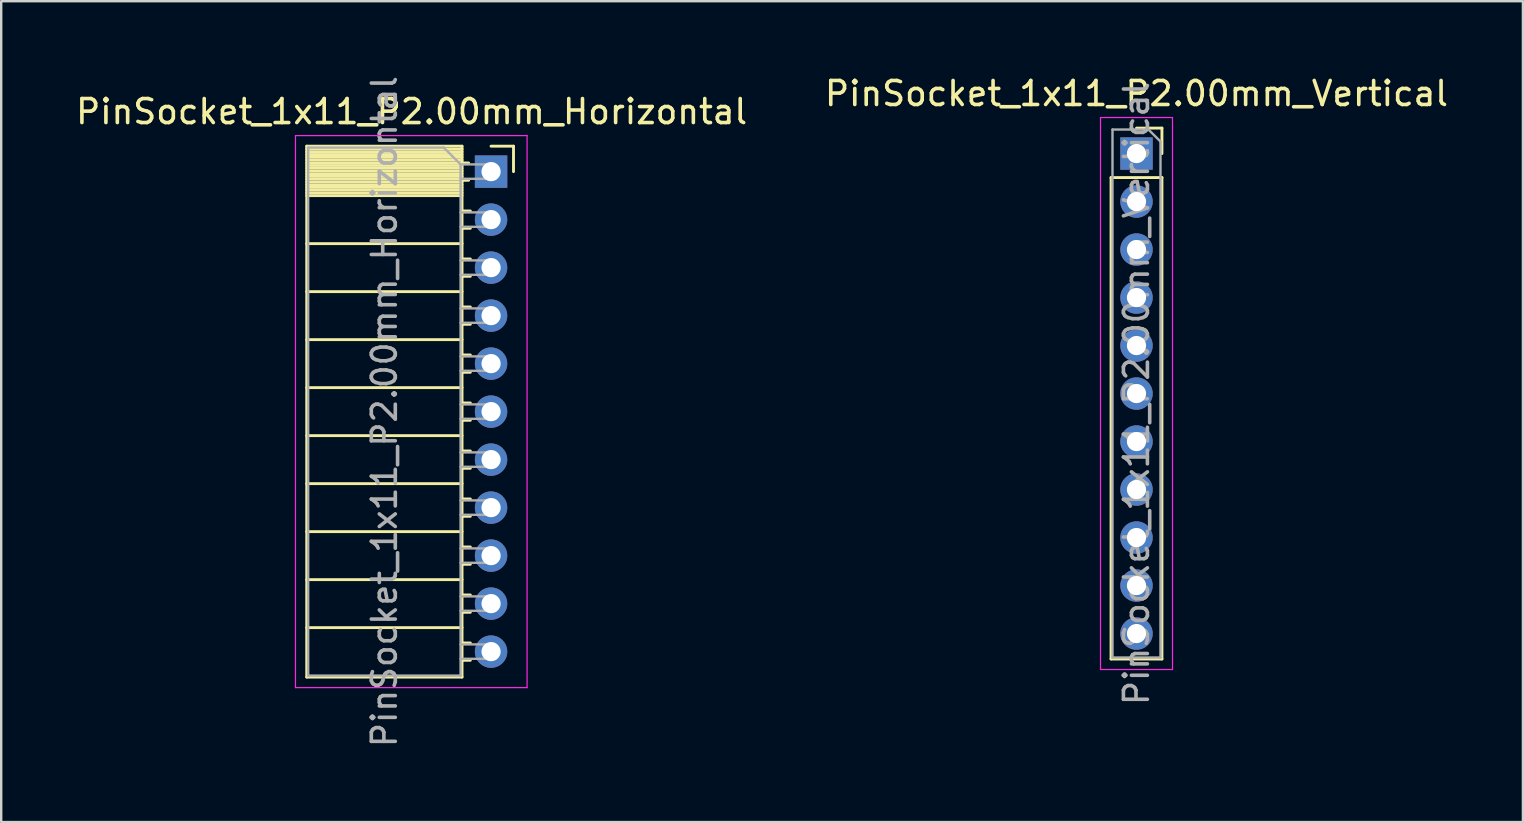
<source format=kicad_pcb>
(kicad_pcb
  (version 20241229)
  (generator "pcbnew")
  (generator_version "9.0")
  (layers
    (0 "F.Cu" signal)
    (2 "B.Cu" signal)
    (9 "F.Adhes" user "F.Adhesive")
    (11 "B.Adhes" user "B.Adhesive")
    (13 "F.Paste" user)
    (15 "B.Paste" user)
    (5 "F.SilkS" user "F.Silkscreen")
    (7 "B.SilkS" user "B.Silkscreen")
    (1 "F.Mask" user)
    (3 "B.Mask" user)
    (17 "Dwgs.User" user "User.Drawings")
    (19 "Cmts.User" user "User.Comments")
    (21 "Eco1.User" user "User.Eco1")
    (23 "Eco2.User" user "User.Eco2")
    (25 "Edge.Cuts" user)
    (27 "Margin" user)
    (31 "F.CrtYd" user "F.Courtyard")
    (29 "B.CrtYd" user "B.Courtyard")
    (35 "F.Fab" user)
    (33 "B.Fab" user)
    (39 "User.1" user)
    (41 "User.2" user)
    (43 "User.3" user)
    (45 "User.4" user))
  (footprint "PinSocket_1x11_P2.00mm_Horizontal"
    (layer "F.Cu")
    (at 17.411 4.101)
    (property "Reference" "PinSocket_1x11_P2.00mm_Horizontal" (at -3.31 -2.5 0) (layer "F.SilkS") (effects (font (size 1 1) (thickness 0.15))))
    (attr through_hole)
    (fp_line (start -7.68 -1.06) (end -7.68 21.06) (stroke (width 0.12) (type solid)) (layer "F.SilkS"))
    (fp_line (start -7.68 -1.06) (end -1.21 -1.06) (stroke (width 0.12) (type solid)) (layer "F.SilkS"))
    (fp_line (start -7.68 -0.94) (end -1.21 -0.94) (stroke (width 0.12) (type solid)) (layer "F.SilkS"))
    (fp_line (start -7.68 -0.826) (end -1.21 -0.826) (stroke (width 0.12) (type solid)) (layer "F.SilkS"))
    (fp_line (start -7.68 -0.712) (end -1.21 -0.712) (stroke (width 0.12) (type solid)) (layer "F.SilkS"))
    (fp_line (start -7.68 -0.598) (end -1.21 -0.598) (stroke (width 0.12) (type solid)) (layer "F.SilkS"))
    (fp_line (start -7.68 -0.484) (end -1.21 -0.484) (stroke (width 0.12) (type solid)) (layer "F.SilkS"))
    (fp_line (start -7.68 -0.369) (end -1.21 -0.369) (stroke (width 0.12) (type solid)) (layer "F.SilkS"))
    (fp_line (start -7.68 -0.255) (end -1.21 -0.255) (stroke (width 0.12) (type solid)) (layer "F.SilkS"))
    (fp_line (start -7.68 -0.141) (end -1.21 -0.141) (stroke (width 0.12) (type solid)) (layer "F.SilkS"))
    (fp_line (start -7.68 -0.027) (end -1.21 -0.027) (stroke (width 0.12) (type solid)) (layer "F.SilkS"))
    (fp_line (start -7.68 0.087) (end -1.21 0.087) (stroke (width 0.12) (type solid)) (layer "F.SilkS"))
    (fp_line (start -7.68 0.201) (end -1.21 0.201) (stroke (width 0.12) (type solid)) (layer "F.SilkS"))
    (fp_line (start -7.68 0.315) (end -1.21 0.315) (stroke (width 0.12) (type solid)) (layer "F.SilkS"))
    (fp_line (start -7.68 0.429) (end -1.21 0.429) (stroke (width 0.12) (type solid)) (layer "F.SilkS"))
    (fp_line (start -7.68 0.544) (end -1.21 0.544) (stroke (width 0.12) (type solid)) (layer "F.SilkS"))
    (fp_line (start -7.68 0.658) (end -1.21 0.658) (stroke (width 0.12) (type solid)) (layer "F.SilkS"))
    (fp_line (start -7.68 0.772) (end -1.21 0.772) (stroke (width 0.12) (type solid)) (layer "F.SilkS"))
    (fp_line (start -7.68 0.886) (end -1.21 0.886) (stroke (width 0.12) (type solid)) (layer "F.SilkS"))
    (fp_line (start -7.68 1) (end -1.21 1) (stroke (width 0.12) (type solid)) (layer "F.SilkS"))
    (fp_line (start -7.68 3) (end -1.21 3) (stroke (width 0.12) (type solid)) (layer "F.SilkS"))
    (fp_line (start -7.68 5) (end -1.21 5) (stroke (width 0.12) (type solid)) (layer "F.SilkS"))
    (fp_line (start -7.68 7) (end -1.21 7) (stroke (width 0.12) (type solid)) (layer "F.SilkS"))
    (fp_line (start -7.68 9) (end -1.21 9) (stroke (width 0.12) (type solid)) (layer "F.SilkS"))
    (fp_line (start -7.68 11) (end -1.21 11) (stroke (width 0.12) (type solid)) (layer "F.SilkS"))
    (fp_line (start -7.68 13) (end -1.21 13) (stroke (width 0.12) (type solid)) (layer "F.SilkS"))
    (fp_line (start -7.68 15) (end -1.21 15) (stroke (width 0.12) (type solid)) (layer "F.SilkS"))
    (fp_line (start -7.68 17) (end -1.21 17) (stroke (width 0.12) (type solid)) (layer "F.SilkS"))
    (fp_line (start -7.68 19) (end -1.21 19) (stroke (width 0.12) (type solid)) (layer "F.SilkS"))
    (fp_line (start -7.68 21.06) (end -1.21 21.06) (stroke (width 0.12) (type solid)) (layer "F.SilkS"))
    (fp_line (start -1.21 -1.06) (end -1.21 21.06) (stroke (width 0.12) (type solid)) (layer "F.SilkS"))
    (fp_line (start -1.21 -0.36) (end -0.935 -0.36) (stroke (width 0.12) (type solid)) (layer "F.SilkS"))
    (fp_line (start -1.21 0.36) (end -0.935 0.36) (stroke (width 0.12) (type solid)) (layer "F.SilkS"))
    (fp_line (start -1.21 1.64) (end -0.863 1.64) (stroke (width 0.12) (type solid)) (layer "F.SilkS"))
    (fp_line (start -1.21 2.36) (end -0.863 2.36) (stroke (width 0.12) (type solid)) (layer "F.SilkS"))
    (fp_line (start -1.21 3.64) (end -0.863 3.64) (stroke (width 0.12) (type solid)) (layer "F.SilkS"))
    (fp_line (start -1.21 4.36) (end -0.863 4.36) (stroke (width 0.12) (type solid)) (layer "F.SilkS"))
    (fp_line (start -1.21 5.64) (end -0.863 5.64) (stroke (width 0.12) (type solid)) (layer "F.SilkS"))
    (fp_line (start -1.21 6.36) (end -0.863 6.36) (stroke (width 0.12) (type solid)) (layer "F.SilkS"))
    (fp_line (start -1.21 7.64) (end -0.863 7.64) (stroke (width 0.12) (type solid)) (layer "F.SilkS"))
    (fp_line (start -1.21 8.36) (end -0.863 8.36) (stroke (width 0.12) (type solid)) (layer "F.SilkS"))
    (fp_line (start -1.21 9.64) (end -0.863 9.64) (stroke (width 0.12) (type solid)) (layer "F.SilkS"))
    (fp_line (start -1.21 10.36) (end -0.863 10.36) (stroke (width 0.12) (type solid)) (layer "F.SilkS"))
    (fp_line (start -1.21 11.64) (end -0.863 11.64) (stroke (width 0.12) (type solid)) (layer "F.SilkS"))
    (fp_line (start -1.21 12.36) (end -0.863 12.36) (stroke (width 0.12) (type solid)) (layer "F.SilkS"))
    (fp_line (start -1.21 13.64) (end -0.863 13.64) (stroke (width 0.12) (type solid)) (layer "F.SilkS"))
    (fp_line (start -1.21 14.36) (end -0.863 14.36) (stroke (width 0.12) (type solid)) (layer "F.SilkS"))
    (fp_line (start -1.21 15.64) (end -0.863 15.64) (stroke (width 0.12) (type solid)) (layer "F.SilkS"))
    (fp_line (start -1.21 16.36) (end -0.863 16.36) (stroke (width 0.12) (type solid)) (layer "F.SilkS"))
    (fp_line (start -1.21 17.64) (end -0.863 17.64) (stroke (width 0.12) (type solid)) (layer "F.SilkS"))
    (fp_line (start -1.21 18.36) (end -0.863 18.36) (stroke (width 0.12) (type solid)) (layer "F.SilkS"))
    (fp_line (start -1.21 19.64) (end -0.863 19.64) (stroke (width 0.12) (type solid)) (layer "F.SilkS"))
    (fp_line (start -1.21 20.36) (end -0.863 20.36) (stroke (width 0.12) (type solid)) (layer "F.SilkS"))
    (fp_line (start 0 -1.06) (end 0.935 -1.06) (stroke (width 0.12) (type solid)) (layer "F.SilkS"))
    (fp_line (start 0.935 -1.06) (end 0.935 0) (stroke (width 0.12) (type solid)) (layer "F.SilkS"))
    (fp_line (start -8.15 -1.5) (end -8.15 21.5) (stroke (width 0.05) (type solid)) (layer "F.CrtYd"))
    (fp_line (start -8.15 21.5) (end 1.5 21.5) (stroke (width 0.05) (type solid)) (layer "F.CrtYd"))
    (fp_line (start 1.5 -1.5) (end -8.15 -1.5) (stroke (width 0.05) (type solid)) (layer "F.CrtYd"))
    (fp_line (start 1.5 21.5) (end 1.5 -1.5) (stroke (width 0.05) (type solid)) (layer "F.CrtYd"))
    (fp_line (start -7.62 -1) (end -1.97 -1) (stroke (width 0.1) (type solid)) (layer "F.Fab"))
    (fp_line (start -7.62 21) (end -7.62 -1) (stroke (width 0.1) (type solid)) (layer "F.Fab"))
    (fp_line (start -1.97 -1) (end -1.27 -0.3) (stroke (width 0.1) (type solid)) (layer "F.Fab"))
    (fp_line (start -1.27 -0.3) (end -1.27 21) (stroke (width 0.1) (type solid)) (layer "F.Fab"))
    (fp_line (start -1.27 0.3) (end 0 0.3) (stroke (width 0.1) (type solid)) (layer "F.Fab"))
    (fp_line (start -1.27 2.3) (end 0 2.3) (stroke (width 0.1) (type solid)) (layer "F.Fab"))
    (fp_line (start -1.27 4.3) (end 0 4.3) (stroke (width 0.1) (type solid)) (layer "F.Fab"))
    (fp_line (start -1.27 6.3) (end 0 6.3) (stroke (width 0.1) (type solid)) (layer "F.Fab"))
    (fp_line (start -1.27 8.3) (end 0 8.3) (stroke (width 0.1) (type solid)) (layer "F.Fab"))
    (fp_line (start -1.27 10.3) (end 0 10.3) (stroke (width 0.1) (type solid)) (layer "F.Fab"))
    (fp_line (start -1.27 12.3) (end 0 12.3) (stroke (width 0.1) (type solid)) (layer "F.Fab"))
    (fp_line (start -1.27 14.3) (end 0 14.3) (stroke (width 0.1) (type solid)) (layer "F.Fab"))
    (fp_line (start -1.27 16.3) (end 0 16.3) (stroke (width 0.1) (type solid)) (layer "F.Fab"))
    (fp_line (start -1.27 18.3) (end 0 18.3) (stroke (width 0.1) (type solid)) (layer "F.Fab"))
    (fp_line (start -1.27 20.3) (end 0 20.3) (stroke (width 0.1) (type solid)) (layer "F.Fab"))
    (fp_line (start -1.27 21) (end -7.62 21) (stroke (width 0.1) (type solid)) (layer "F.Fab"))
    (fp_line (start 0 -0.3) (end -1.27 -0.3) (stroke (width 0.1) (type solid)) (layer "F.Fab"))
    (fp_line (start 0 0.3) (end 0 -0.3) (stroke (width 0.1) (type solid)) (layer "F.Fab"))
    (fp_line (start 0 1.7) (end -1.27 1.7) (stroke (width 0.1) (type solid)) (layer "F.Fab"))
    (fp_line (start 0 2.3) (end 0 1.7) (stroke (width 0.1) (type solid)) (layer "F.Fab"))
    (fp_line (start 0 3.7) (end -1.27 3.7) (stroke (width 0.1) (type solid)) (layer "F.Fab"))
    (fp_line (start 0 4.3) (end 0 3.7) (stroke (width 0.1) (type solid)) (layer "F.Fab"))
    (fp_line (start 0 5.7) (end -1.27 5.7) (stroke (width 0.1) (type solid)) (layer "F.Fab"))
    (fp_line (start 0 6.3) (end 0 5.7) (stroke (width 0.1) (type solid)) (layer "F.Fab"))
    (fp_line (start 0 7.7) (end -1.27 7.7) (stroke (width 0.1) (type solid)) (layer "F.Fab"))
    (fp_line (start 0 8.3) (end 0 7.7) (stroke (width 0.1) (type solid)) (layer "F.Fab"))
    (fp_line (start 0 9.7) (end -1.27 9.7) (stroke (width 0.1) (type solid)) (layer "F.Fab"))
    (fp_line (start 0 10.3) (end 0 9.7) (stroke (width 0.1) (type solid)) (layer "F.Fab"))
    (fp_line (start 0 11.7) (end -1.27 11.7) (stroke (width 0.1) (type solid)) (layer "F.Fab"))
    (fp_line (start 0 12.3) (end 0 11.7) (stroke (width 0.1) (type solid)) (layer "F.Fab"))
    (fp_line (start 0 13.7) (end -1.27 13.7) (stroke (width 0.1) (type solid)) (layer "F.Fab"))
    (fp_line (start 0 14.3) (end 0 13.7) (stroke (width 0.1) (type solid)) (layer "F.Fab"))
    (fp_line (start 0 15.7) (end -1.27 15.7) (stroke (width 0.1) (type solid)) (layer "F.Fab"))
    (fp_line (start 0 16.3) (end 0 15.7) (stroke (width 0.1) (type solid)) (layer "F.Fab"))
    (fp_line (start 0 17.7) (end -1.27 17.7) (stroke (width 0.1) (type solid)) (layer "F.Fab"))
    (fp_line (start 0 18.3) (end 0 17.7) (stroke (width 0.1) (type solid)) (layer "F.Fab"))
    (fp_line (start 0 19.7) (end -1.27 19.7) (stroke (width 0.1) (type solid)) (layer "F.Fab"))
    (fp_line (start 0 20.3) (end 0 19.7) (stroke (width 0.1) (type solid)) (layer "F.Fab"))
    (fp_text user "${REFERENCE}" (at -4.445 10 90) (layer "F.Fab") (effects (font (size 1 1) (thickness 0.15))))
    (pad "1" thru_hole rect (at 0 0) (size 1.35 1.35) (drill 0.8) (layers "*.Cu" "*.Mask"))
    (pad "2" thru_hole oval (at 0 2) (size 1.35 1.35) (drill 0.8) (layers "*.Cu" "*.Mask"))
    (pad "3" thru_hole oval (at 0 4) (size 1.35 1.35) (drill 0.8) (layers "*.Cu" "*.Mask"))
    (pad "4" thru_hole oval (at 0 6) (size 1.35 1.35) (drill 0.8) (layers "*.Cu" "*.Mask"))
    (pad "5" thru_hole oval (at 0 8) (size 1.35 1.35) (drill 0.8) (layers "*.Cu" "*.Mask"))
    (pad "6" thru_hole oval (at 0 10) (size 1.35 1.35) (drill 0.8) (layers "*.Cu" "*.Mask"))
    (pad "7" thru_hole oval (at 0 12) (size 1.35 1.35) (drill 0.8) (layers "*.Cu" "*.Mask"))
    (pad "8" thru_hole oval (at 0 14) (size 1.35 1.35) (drill 0.8) (layers "*.Cu" "*.Mask"))
    (pad "9" thru_hole oval (at 0 16) (size 1.35 1.35) (drill 0.8) (layers "*.Cu" "*.Mask"))
    (pad "10" thru_hole oval (at 0 18) (size 1.35 1.35) (drill 0.8) (layers "*.Cu" "*.Mask"))
    (pad "11" thru_hole oval (at 0 20) (size 1.35 1.35) (drill 0.8) (layers "*.Cu" "*.Mask")))
  (footprint "PinSocket_1x11_P2.00mm_Vertical"
    (layer "F.Cu")
    (at 44.304 3.348)
    (property "Reference" "PinSocket_1x11_P2.00mm_Vertical" (at 0 -2.5 0) (layer "F.SilkS") (effects (font (size 1 1) (thickness 0.15))))
    (attr through_hole)
    (fp_line (start -1.06 1) (end -1.06 21.06) (stroke (width 0.12) (type solid)) (layer "F.SilkS"))
    (fp_line (start -1.06 1) (end 1.06 1) (stroke (width 0.12) (type solid)) (layer "F.SilkS"))
    (fp_line (start -1.06 21.06) (end 1.06 21.06) (stroke (width 0.12) (type solid)) (layer "F.SilkS"))
    (fp_line (start 0 -1.06) (end 1.06 -1.06) (stroke (width 0.12) (type solid)) (layer "F.SilkS"))
    (fp_line (start 1.06 -1.06) (end 1.06 0) (stroke (width 0.12) (type solid)) (layer "F.SilkS"))
    (fp_line (start 1.06 1) (end 1.06 21.06) (stroke (width 0.12) (type solid)) (layer "F.SilkS"))
    (fp_line (start -1.5 -1.5) (end 1.5 -1.5) (stroke (width 0.05) (type solid)) (layer "F.CrtYd"))
    (fp_line (start -1.5 21.5) (end -1.5 -1.5) (stroke (width 0.05) (type solid)) (layer "F.CrtYd"))
    (fp_line (start 1.5 -1.5) (end 1.5 21.5) (stroke (width 0.05) (type solid)) (layer "F.CrtYd"))
    (fp_line (start 1.5 21.5) (end -1.5 21.5) (stroke (width 0.05) (type solid)) (layer "F.CrtYd"))
    (fp_line (start -1 -1) (end 0.5 -1) (stroke (width 0.1) (type solid)) (layer "F.Fab"))
    (fp_line (start -1 21) (end -1 -1) (stroke (width 0.1) (type solid)) (layer "F.Fab"))
    (fp_line (start 0.5 -1) (end 1 -0.5) (stroke (width 0.1) (type solid)) (layer "F.Fab"))
    (fp_line (start 1 -0.5) (end 1 21) (stroke (width 0.1) (type solid)) (layer "F.Fab"))
    (fp_line (start 1 21) (end -1 21) (stroke (width 0.1) (type solid)) (layer "F.Fab"))
    (fp_text user "${REFERENCE}" (at 0 10 90) (layer "F.Fab") (effects (font (size 1 1) (thickness 0.15))))
    (pad "1" thru_hole rect (at 0 0) (size 1.35 1.35) (drill 0.8) (layers "*.Cu" "*.Mask"))
    (pad "2" thru_hole oval (at 0 2) (size 1.35 1.35) (drill 0.8) (layers "*.Cu" "*.Mask"))
    (pad "3" thru_hole oval (at 0 4) (size 1.35 1.35) (drill 0.8) (layers "*.Cu" "*.Mask"))
    (pad "4" thru_hole oval (at 0 6) (size 1.35 1.35) (drill 0.8) (layers "*.Cu" "*.Mask"))
    (pad "5" thru_hole oval (at 0 8) (size 1.35 1.35) (drill 0.8) (layers "*.Cu" "*.Mask"))
    (pad "6" thru_hole oval (at 0 10) (size 1.35 1.35) (drill 0.8) (layers "*.Cu" "*.Mask"))
    (pad "7" thru_hole oval (at 0 12) (size 1.35 1.35) (drill 0.8) (layers "*.Cu" "*.Mask"))
    (pad "8" thru_hole oval (at 0 14) (size 1.35 1.35) (drill 0.8) (layers "*.Cu" "*.Mask"))
    (pad "9" thru_hole oval (at 0 16) (size 1.35 1.35) (drill 0.8) (layers "*.Cu" "*.Mask"))
    (pad "10" thru_hole oval (at 0 18) (size 1.35 1.35) (drill 0.8) (layers "*.Cu" "*.Mask"))
    (pad "11" thru_hole oval (at 0 20) (size 1.35 1.35) (drill 0.8) (layers "*.Cu" "*.Mask")))
  (gr_rect
    (start -3 -3)
    (end 60.405 31.202)
    (stroke (width 0.1) (type default))
    (fill no)
    (layer "Edge.Cuts")))
</source>
